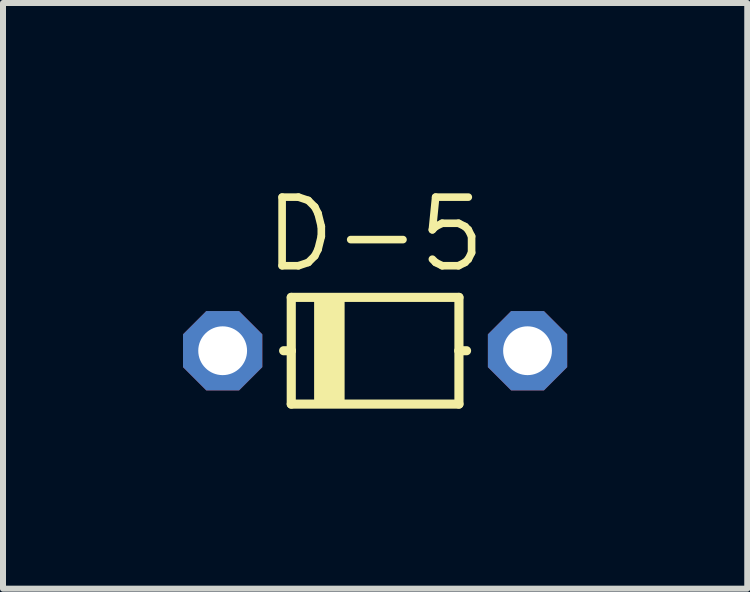
<source format=kicad_pcb>
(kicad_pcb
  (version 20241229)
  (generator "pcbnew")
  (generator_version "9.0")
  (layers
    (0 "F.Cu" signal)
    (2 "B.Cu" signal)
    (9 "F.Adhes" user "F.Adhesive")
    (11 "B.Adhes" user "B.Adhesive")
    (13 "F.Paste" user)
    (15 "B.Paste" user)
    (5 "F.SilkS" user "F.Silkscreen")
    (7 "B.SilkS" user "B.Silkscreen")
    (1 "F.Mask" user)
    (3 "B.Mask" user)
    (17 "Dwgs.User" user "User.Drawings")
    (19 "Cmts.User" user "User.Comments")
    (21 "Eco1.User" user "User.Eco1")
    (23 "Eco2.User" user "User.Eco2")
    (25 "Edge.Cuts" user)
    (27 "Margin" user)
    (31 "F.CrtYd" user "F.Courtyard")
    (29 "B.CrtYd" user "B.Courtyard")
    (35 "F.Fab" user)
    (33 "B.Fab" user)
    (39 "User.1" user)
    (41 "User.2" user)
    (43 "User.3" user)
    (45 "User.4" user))
  (footprint "D-5"
    (layer "F.Cu")
    (at 3.2 2.794)
    (property "Reference" "D-5" (at -1.905 -1.27 0) (unlocked yes) (layer "F.SilkS") (effects (font (size 1.143 1.143) (thickness 0.127)) (justify left bottom)))
    (fp_line (start -1.397 -0.889) (end -1.397 0) (stroke (width 0.152) (type solid)) (layer "F.SilkS"))
    (fp_line (start -1.397 0) (end -1.524 0) (stroke (width 0.152) (type solid)) (layer "F.SilkS"))
    (fp_line (start -1.397 0) (end -1.397 0.889) (stroke (width 0.152) (type solid)) (layer "F.SilkS"))
    (fp_line (start -1.397 0.889) (end 1.397 0.889) (stroke (width 0.152) (type solid)) (layer "F.SilkS"))
    (fp_line (start 1.397 -0.889) (end -1.397 -0.889) (stroke (width 0.152) (type solid)) (layer "F.SilkS"))
    (fp_line (start 1.397 0) (end 1.397 -0.889) (stroke (width 0.152) (type solid)) (layer "F.SilkS"))
    (fp_line (start 1.397 0.889) (end 1.397 0) (stroke (width 0.152) (type solid)) (layer "F.SilkS"))
    (fp_line (start 1.524 0) (end 1.397 0) (stroke (width 0.152) (type solid)) (layer "F.SilkS"))
    (fp_poly (pts (xy -1.016 0.889) (xy -0.508 0.889) (xy -0.508 -0.889) (xy -1.016 -0.889)) (stroke (width 0) (type default)) (fill yes) (layer "F.SilkS"))
    (pad "A" thru_hole roundrect (at 2.54 0) (size 1.321 1.321) (drill 0.813) (layers "*.Cu" "*.Mask") (roundrect_rratio 0.25) (chamfer_ratio 0.293) (chamfer top_left top_right bottom_left bottom_right))
    (pad "C" thru_hole roundrect (at -2.54 0) (size 1.321 1.321) (drill 0.813) (layers "*.Cu" "*.Mask") (roundrect_rratio 0.25) (chamfer_ratio 0.293) (chamfer top_left top_right bottom_left bottom_right)))
  (gr_rect
    (start -3 -3)
    (end 9.401 6.759)
    (stroke (width 0.1) (type default))
    (fill no)
    (layer "Edge.Cuts")))
</source>
